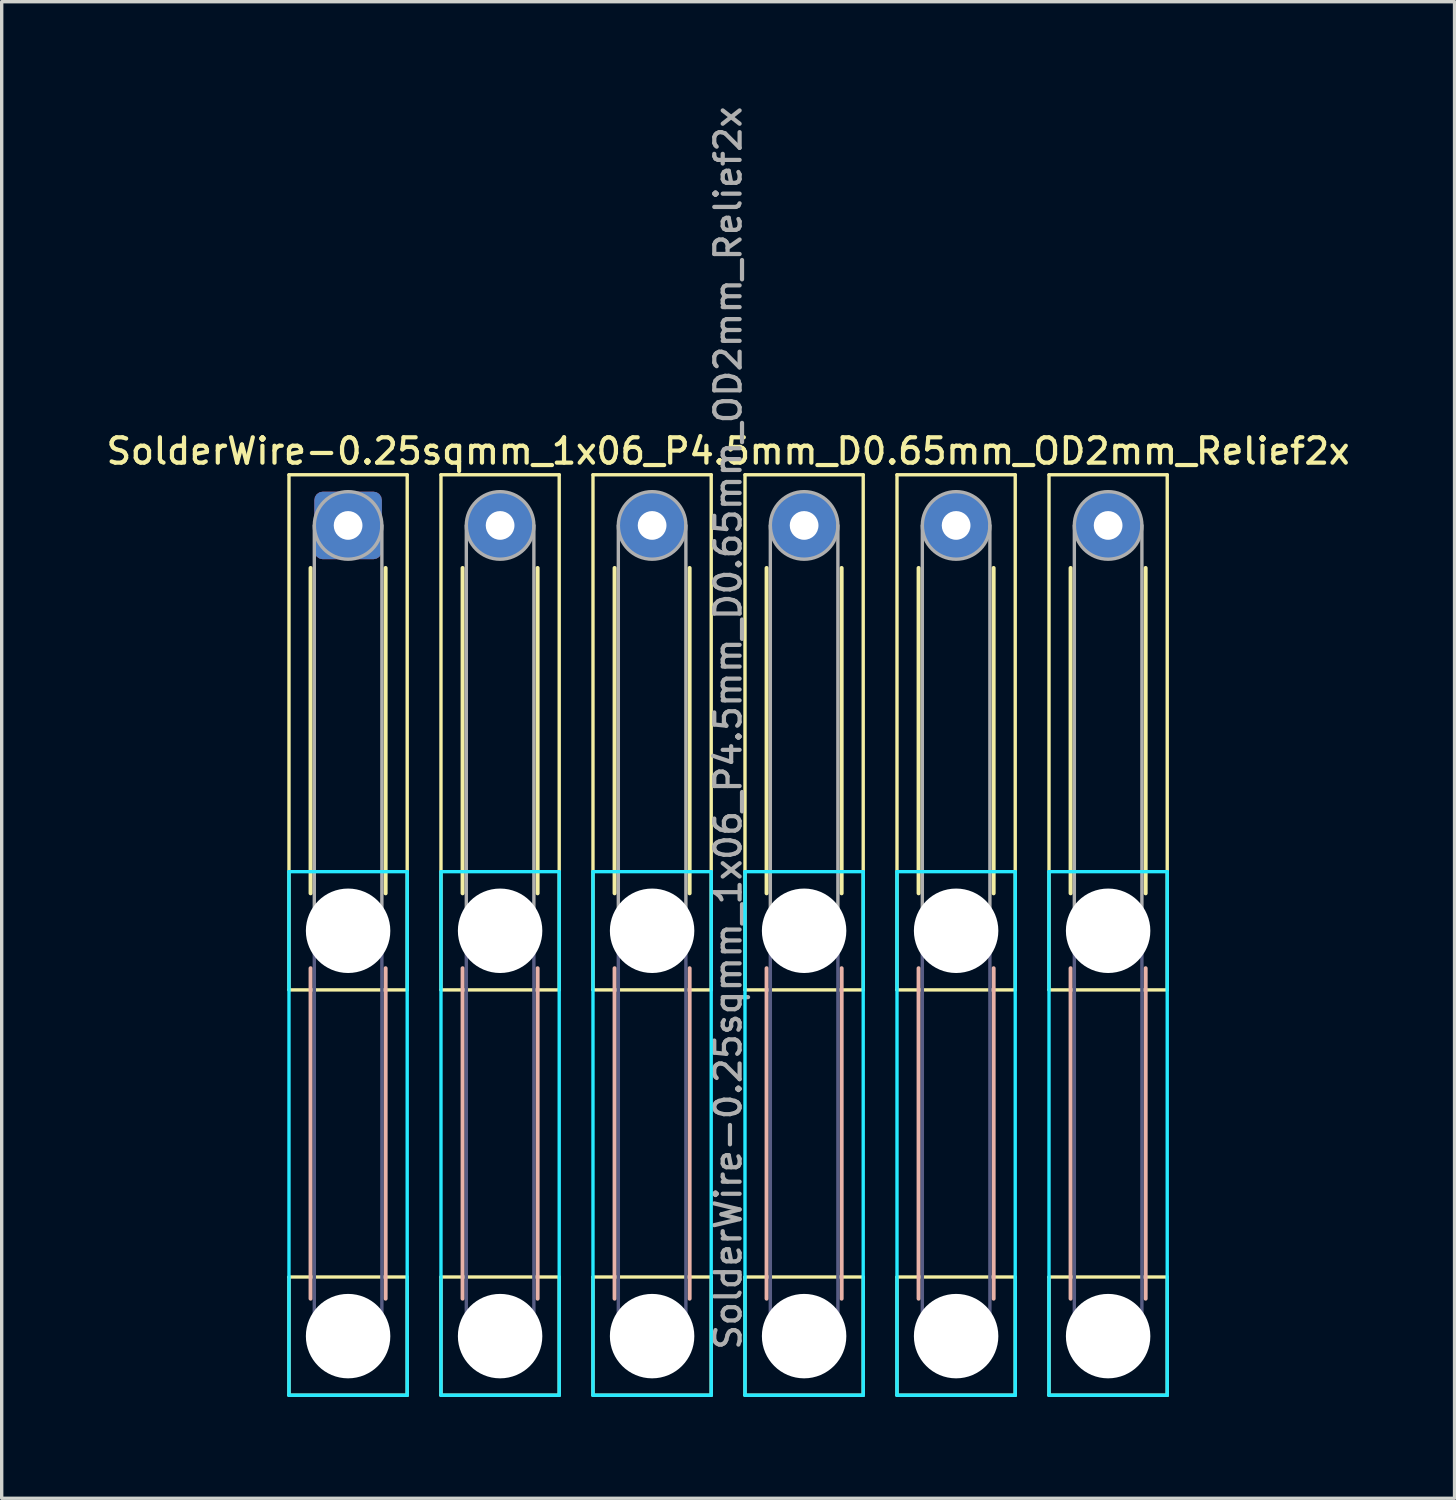
<source format=kicad_pcb>
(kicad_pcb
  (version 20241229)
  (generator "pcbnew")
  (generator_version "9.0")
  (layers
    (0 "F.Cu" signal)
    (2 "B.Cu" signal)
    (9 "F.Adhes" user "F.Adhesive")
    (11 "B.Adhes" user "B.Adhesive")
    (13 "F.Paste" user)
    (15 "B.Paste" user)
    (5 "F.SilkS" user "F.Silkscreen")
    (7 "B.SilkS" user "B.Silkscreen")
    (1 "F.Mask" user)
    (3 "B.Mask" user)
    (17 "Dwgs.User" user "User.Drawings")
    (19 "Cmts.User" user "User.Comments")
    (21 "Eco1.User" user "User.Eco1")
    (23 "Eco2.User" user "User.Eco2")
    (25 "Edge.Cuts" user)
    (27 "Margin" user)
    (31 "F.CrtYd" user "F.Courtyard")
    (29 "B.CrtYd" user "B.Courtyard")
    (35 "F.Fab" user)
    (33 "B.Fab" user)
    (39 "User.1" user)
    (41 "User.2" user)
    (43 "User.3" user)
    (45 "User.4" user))
  (footprint "SolderWire-0.25sqmm_1x06_P4.5mm_D0.65mm_OD2mm_Relief2x"
    (layer "F.Cu")
    (at 7.255 12.505)
    (property "Reference" "SolderWire-0.25sqmm_1x06_P4.5mm_D0.65mm_OD2mm_Relief2x" (at 11.25 -2.2 0) (layer "F.SilkS") (effects (font (size 0.75 0.75) (thickness 0.125))))
    (attr exclude_from_pos_files exclude_from_bom)
    (fp_line (start -1.75 -1.5) (end -1.75 13.75) (stroke (width 0.1) (type solid)) (layer "F.SilkS"))
    (fp_line (start -1.75 13.75) (end 1.75 13.75) (stroke (width 0.1) (type solid)) (layer "F.SilkS"))
    (fp_line (start -1.75 22.25) (end -1.75 25.75) (stroke (width 0.1) (type solid)) (layer "F.SilkS"))
    (fp_line (start -1.75 25.75) (end 1.75 25.75) (stroke (width 0.1) (type solid)) (layer "F.SilkS"))
    (fp_line (start -1.11 1.26) (end -1.11 10.89) (stroke (width 0.12) (type solid)) (layer "F.SilkS"))
    (fp_line (start 1.11 1.26) (end 1.11 10.89) (stroke (width 0.12) (type solid)) (layer "F.SilkS"))
    (fp_line (start 1.75 -1.5) (end -1.75 -1.5) (stroke (width 0.1) (type solid)) (layer "F.SilkS"))
    (fp_line (start 1.75 13.75) (end 1.75 -1.5) (stroke (width 0.1) (type solid)) (layer "F.SilkS"))
    (fp_line (start 1.75 22.25) (end -1.75 22.25) (stroke (width 0.1) (type solid)) (layer "F.SilkS"))
    (fp_line (start 1.75 25.75) (end 1.75 22.25) (stroke (width 0.1) (type solid)) (layer "F.SilkS"))
    (fp_line (start 2.75 -1.5) (end 2.75 13.75) (stroke (width 0.1) (type solid)) (layer "F.SilkS"))
    (fp_line (start 2.75 13.75) (end 6.25 13.75) (stroke (width 0.1) (type solid)) (layer "F.SilkS"))
    (fp_line (start 2.75 22.25) (end 2.75 25.75) (stroke (width 0.1) (type solid)) (layer "F.SilkS"))
    (fp_line (start 2.75 25.75) (end 6.25 25.75) (stroke (width 0.1) (type solid)) (layer "F.SilkS"))
    (fp_line (start 3.39 1.26) (end 3.39 10.89) (stroke (width 0.12) (type solid)) (layer "F.SilkS"))
    (fp_line (start 5.61 1.26) (end 5.61 10.89) (stroke (width 0.12) (type solid)) (layer "F.SilkS"))
    (fp_line (start 6.25 -1.5) (end 2.75 -1.5) (stroke (width 0.1) (type solid)) (layer "F.SilkS"))
    (fp_line (start 6.25 13.75) (end 6.25 -1.5) (stroke (width 0.1) (type solid)) (layer "F.SilkS"))
    (fp_line (start 6.25 22.25) (end 2.75 22.25) (stroke (width 0.1) (type solid)) (layer "F.SilkS"))
    (fp_line (start 6.25 25.75) (end 6.25 22.25) (stroke (width 0.1) (type solid)) (layer "F.SilkS"))
    (fp_line (start 7.25 -1.5) (end 7.25 13.75) (stroke (width 0.1) (type solid)) (layer "F.SilkS"))
    (fp_line (start 7.25 13.75) (end 10.75 13.75) (stroke (width 0.1) (type solid)) (layer "F.SilkS"))
    (fp_line (start 7.25 22.25) (end 7.25 25.75) (stroke (width 0.1) (type solid)) (layer "F.SilkS"))
    (fp_line (start 7.25 25.75) (end 10.75 25.75) (stroke (width 0.1) (type solid)) (layer "F.SilkS"))
    (fp_line (start 7.89 1.26) (end 7.89 10.89) (stroke (width 0.12) (type solid)) (layer "F.SilkS"))
    (fp_line (start 10.11 1.26) (end 10.11 10.89) (stroke (width 0.12) (type solid)) (layer "F.SilkS"))
    (fp_line (start 10.75 -1.5) (end 7.25 -1.5) (stroke (width 0.1) (type solid)) (layer "F.SilkS"))
    (fp_line (start 10.75 13.75) (end 10.75 -1.5) (stroke (width 0.1) (type solid)) (layer "F.SilkS"))
    (fp_line (start 10.75 22.25) (end 7.25 22.25) (stroke (width 0.1) (type solid)) (layer "F.SilkS"))
    (fp_line (start 10.75 25.75) (end 10.75 22.25) (stroke (width 0.1) (type solid)) (layer "F.SilkS"))
    (fp_line (start 11.75 -1.5) (end 11.75 13.75) (stroke (width 0.1) (type solid)) (layer "F.SilkS"))
    (fp_line (start 11.75 13.75) (end 15.25 13.75) (stroke (width 0.1) (type solid)) (layer "F.SilkS"))
    (fp_line (start 11.75 22.25) (end 11.75 25.75) (stroke (width 0.1) (type solid)) (layer "F.SilkS"))
    (fp_line (start 11.75 25.75) (end 15.25 25.75) (stroke (width 0.1) (type solid)) (layer "F.SilkS"))
    (fp_line (start 12.39 1.26) (end 12.39 10.89) (stroke (width 0.12) (type solid)) (layer "F.SilkS"))
    (fp_line (start 14.61 1.26) (end 14.61 10.89) (stroke (width 0.12) (type solid)) (layer "F.SilkS"))
    (fp_line (start 15.25 -1.5) (end 11.75 -1.5) (stroke (width 0.1) (type solid)) (layer "F.SilkS"))
    (fp_line (start 15.25 13.75) (end 15.25 -1.5) (stroke (width 0.1) (type solid)) (layer "F.SilkS"))
    (fp_line (start 15.25 22.25) (end 11.75 22.25) (stroke (width 0.1) (type solid)) (layer "F.SilkS"))
    (fp_line (start 15.25 25.75) (end 15.25 22.25) (stroke (width 0.1) (type solid)) (layer "F.SilkS"))
    (fp_line (start 16.25 -1.5) (end 16.25 13.75) (stroke (width 0.1) (type solid)) (layer "F.SilkS"))
    (fp_line (start 16.25 13.75) (end 19.75 13.75) (stroke (width 0.1) (type solid)) (layer "F.SilkS"))
    (fp_line (start 16.25 22.25) (end 16.25 25.75) (stroke (width 0.1) (type solid)) (layer "F.SilkS"))
    (fp_line (start 16.25 25.75) (end 19.75 25.75) (stroke (width 0.1) (type solid)) (layer "F.SilkS"))
    (fp_line (start 16.89 1.26) (end 16.89 10.89) (stroke (width 0.12) (type solid)) (layer "F.SilkS"))
    (fp_line (start 19.11 1.26) (end 19.11 10.89) (stroke (width 0.12) (type solid)) (layer "F.SilkS"))
    (fp_line (start 19.75 -1.5) (end 16.25 -1.5) (stroke (width 0.1) (type solid)) (layer "F.SilkS"))
    (fp_line (start 19.75 13.75) (end 19.75 -1.5) (stroke (width 0.1) (type solid)) (layer "F.SilkS"))
    (fp_line (start 19.75 22.25) (end 16.25 22.25) (stroke (width 0.1) (type solid)) (layer "F.SilkS"))
    (fp_line (start 19.75 25.75) (end 19.75 22.25) (stroke (width 0.1) (type solid)) (layer "F.SilkS"))
    (fp_line (start 20.75 -1.5) (end 20.75 13.75) (stroke (width 0.1) (type solid)) (layer "F.SilkS"))
    (fp_line (start 20.75 13.75) (end 24.25 13.75) (stroke (width 0.1) (type solid)) (layer "F.SilkS"))
    (fp_line (start 20.75 22.25) (end 20.75 25.75) (stroke (width 0.1) (type solid)) (layer "F.SilkS"))
    (fp_line (start 20.75 25.75) (end 24.25 25.75) (stroke (width 0.1) (type solid)) (layer "F.SilkS"))
    (fp_line (start 21.39 1.26) (end 21.39 10.89) (stroke (width 0.12) (type solid)) (layer "F.SilkS"))
    (fp_line (start 23.61 1.26) (end 23.61 10.89) (stroke (width 0.12) (type solid)) (layer "F.SilkS"))
    (fp_line (start 24.25 -1.5) (end 20.75 -1.5) (stroke (width 0.1) (type solid)) (layer "F.SilkS"))
    (fp_line (start 24.25 13.75) (end 24.25 -1.5) (stroke (width 0.1) (type solid)) (layer "F.SilkS"))
    (fp_line (start 24.25 22.25) (end 20.75 22.25) (stroke (width 0.1) (type solid)) (layer "F.SilkS"))
    (fp_line (start 24.25 25.75) (end 24.25 22.25) (stroke (width 0.1) (type solid)) (layer "F.SilkS"))
    (fp_line (start -1.11 13.11) (end -1.11 22.89) (stroke (width 0.12) (type solid)) (layer "B.SilkS"))
    (fp_line (start 1.11 13.11) (end 1.11 22.89) (stroke (width 0.12) (type solid)) (layer "B.SilkS"))
    (fp_line (start 3.39 13.11) (end 3.39 22.89) (stroke (width 0.12) (type solid)) (layer "B.SilkS"))
    (fp_line (start 5.61 13.11) (end 5.61 22.89) (stroke (width 0.12) (type solid)) (layer "B.SilkS"))
    (fp_line (start 7.89 13.11) (end 7.89 22.89) (stroke (width 0.12) (type solid)) (layer "B.SilkS"))
    (fp_line (start 10.11 13.11) (end 10.11 22.89) (stroke (width 0.12) (type solid)) (layer "B.SilkS"))
    (fp_line (start 12.39 13.11) (end 12.39 22.89) (stroke (width 0.12) (type solid)) (layer "B.SilkS"))
    (fp_line (start 14.61 13.11) (end 14.61 22.89) (stroke (width 0.12) (type solid)) (layer "B.SilkS"))
    (fp_line (start 16.89 13.11) (end 16.89 22.89) (stroke (width 0.12) (type solid)) (layer "B.SilkS"))
    (fp_line (start 19.11 13.11) (end 19.11 22.89) (stroke (width 0.12) (type solid)) (layer "B.SilkS"))
    (fp_line (start 21.39 13.11) (end 21.39 22.89) (stroke (width 0.12) (type solid)) (layer "B.SilkS"))
    (fp_line (start 23.61 13.11) (end 23.61 22.89) (stroke (width 0.12) (type solid)) (layer "B.SilkS"))
    (fp_line (start -1.75 10.25) (end -1.75 25.75) (stroke (width 0.1) (type solid)) (layer "B.CrtYd"))
    (fp_line (start -1.75 25.75) (end 1.75 25.75) (stroke (width 0.1) (type solid)) (layer "B.CrtYd"))
    (fp_line (start 1.75 10.25) (end -1.75 10.25) (stroke (width 0.1) (type solid)) (layer "B.CrtYd"))
    (fp_line (start 1.75 25.75) (end 1.75 10.25) (stroke (width 0.1) (type solid)) (layer "B.CrtYd"))
    (fp_line (start 2.75 10.25) (end 2.75 25.75) (stroke (width 0.1) (type solid)) (layer "B.CrtYd"))
    (fp_line (start 2.75 25.75) (end 6.25 25.75) (stroke (width 0.1) (type solid)) (layer "B.CrtYd"))
    (fp_line (start 6.25 10.25) (end 2.75 10.25) (stroke (width 0.1) (type solid)) (layer "B.CrtYd"))
    (fp_line (start 6.25 25.75) (end 6.25 10.25) (stroke (width 0.1) (type solid)) (layer "B.CrtYd"))
    (fp_line (start 7.25 10.25) (end 7.25 25.75) (stroke (width 0.1) (type solid)) (layer "B.CrtYd"))
    (fp_line (start 7.25 25.75) (end 10.75 25.75) (stroke (width 0.1) (type solid)) (layer "B.CrtYd"))
    (fp_line (start 10.75 10.25) (end 7.25 10.25) (stroke (width 0.1) (type solid)) (layer "B.CrtYd"))
    (fp_line (start 10.75 25.75) (end 10.75 10.25) (stroke (width 0.1) (type solid)) (layer "B.CrtYd"))
    (fp_line (start 11.75 10.25) (end 11.75 25.75) (stroke (width 0.1) (type solid)) (layer "B.CrtYd"))
    (fp_line (start 11.75 25.75) (end 15.25 25.75) (stroke (width 0.1) (type solid)) (layer "B.CrtYd"))
    (fp_line (start 15.25 10.25) (end 11.75 10.25) (stroke (width 0.1) (type solid)) (layer "B.CrtYd"))
    (fp_line (start 15.25 25.75) (end 15.25 10.25) (stroke (width 0.1) (type solid)) (layer "B.CrtYd"))
    (fp_line (start 16.25 10.25) (end 16.25 25.75) (stroke (width 0.1) (type solid)) (layer "B.CrtYd"))
    (fp_line (start 16.25 25.75) (end 19.75 25.75) (stroke (width 0.1) (type solid)) (layer "B.CrtYd"))
    (fp_line (start 19.75 10.25) (end 16.25 10.25) (stroke (width 0.1) (type solid)) (layer "B.CrtYd"))
    (fp_line (start 19.75 25.75) (end 19.75 10.25) (stroke (width 0.1) (type solid)) (layer "B.CrtYd"))
    (fp_line (start 20.75 10.25) (end 20.75 25.75) (stroke (width 0.1) (type solid)) (layer "B.CrtYd"))
    (fp_line (start 20.75 25.75) (end 24.25 25.75) (stroke (width 0.1) (type solid)) (layer "B.CrtYd"))
    (fp_line (start 24.25 10.25) (end 20.75 10.25) (stroke (width 0.1) (type solid)) (layer "B.CrtYd"))
    (fp_line (start 24.25 25.75) (end 24.25 10.25) (stroke (width 0.1) (type solid)) (layer "B.CrtYd"))
    (fp_line (start -1 12) (end -1 24) (stroke (width 0.1) (type solid)) (layer "B.Fab"))
    (fp_line (start 1 12) (end 1 24) (stroke (width 0.1) (type solid)) (layer "B.Fab"))
    (fp_line (start 3.5 12) (end 3.5 24) (stroke (width 0.1) (type solid)) (layer "B.Fab"))
    (fp_line (start 5.5 12) (end 5.5 24) (stroke (width 0.1) (type solid)) (layer "B.Fab"))
    (fp_line (start 8 12) (end 8 24) (stroke (width 0.1) (type solid)) (layer "B.Fab"))
    (fp_line (start 10 12) (end 10 24) (stroke (width 0.1) (type solid)) (layer "B.Fab"))
    (fp_line (start 12.5 12) (end 12.5 24) (stroke (width 0.1) (type solid)) (layer "B.Fab"))
    (fp_line (start 14.5 12) (end 14.5 24) (stroke (width 0.1) (type solid)) (layer "B.Fab"))
    (fp_line (start 17 12) (end 17 24) (stroke (width 0.1) (type solid)) (layer "B.Fab"))
    (fp_line (start 19 12) (end 19 24) (stroke (width 0.1) (type solid)) (layer "B.Fab"))
    (fp_line (start 21.5 12) (end 21.5 24) (stroke (width 0.1) (type solid)) (layer "B.Fab"))
    (fp_line (start 23.5 12) (end 23.5 24) (stroke (width 0.1) (type solid)) (layer "B.Fab"))
    (fp_circle (center 0 12) (end 1 12) (stroke (width 0.1) (type solid)) (fill no) (layer "B.Fab"))
    (fp_circle (center 0 24) (end 1 24) (stroke (width 0.1) (type solid)) (fill no) (layer "B.Fab"))
    (fp_circle (center 4.5 12) (end 5.5 12) (stroke (width 0.1) (type solid)) (fill no) (layer "B.Fab"))
    (fp_circle (center 4.5 24) (end 5.5 24) (stroke (width 0.1) (type solid)) (fill no) (layer "B.Fab"))
    (fp_circle (center 9 12) (end 10 12) (stroke (width 0.1) (type solid)) (fill no) (layer "B.Fab"))
    (fp_circle (center 9 24) (end 10 24) (stroke (width 0.1) (type solid)) (fill no) (layer "B.Fab"))
    (fp_circle (center 13.5 12) (end 14.5 12) (stroke (width 0.1) (type solid)) (fill no) (layer "B.Fab"))
    (fp_circle (center 13.5 24) (end 14.5 24) (stroke (width 0.1) (type solid)) (fill no) (layer "B.Fab"))
    (fp_circle (center 18 12) (end 19 12) (stroke (width 0.1) (type solid)) (fill no) (layer "B.Fab"))
    (fp_circle (center 18 24) (end 19 24) (stroke (width 0.1) (type solid)) (fill no) (layer "B.Fab"))
    (fp_circle (center 22.5 12) (end 23.5 12) (stroke (width 0.1) (type solid)) (fill no) (layer "B.Fab"))
    (fp_circle (center 22.5 24) (end 23.5 24) (stroke (width 0.1) (type solid)) (fill no) (layer "B.Fab"))
    (fp_line (start -1 0) (end -1 12) (stroke (width 0.1) (type solid)) (layer "F.Fab"))
    (fp_line (start 1 0) (end 1 12) (stroke (width 0.1) (type solid)) (layer "F.Fab"))
    (fp_line (start 3.5 0) (end 3.5 12) (stroke (width 0.1) (type solid)) (layer "F.Fab"))
    (fp_line (start 5.5 0) (end 5.5 12) (stroke (width 0.1) (type solid)) (layer "F.Fab"))
    (fp_line (start 8 0) (end 8 12) (stroke (width 0.1) (type solid)) (layer "F.Fab"))
    (fp_line (start 10 0) (end 10 12) (stroke (width 0.1) (type solid)) (layer "F.Fab"))
    (fp_line (start 12.5 0) (end 12.5 12) (stroke (width 0.1) (type solid)) (layer "F.Fab"))
    (fp_line (start 14.5 0) (end 14.5 12) (stroke (width 0.1) (type solid)) (layer "F.Fab"))
    (fp_line (start 17 0) (end 17 12) (stroke (width 0.1) (type solid)) (layer "F.Fab"))
    (fp_line (start 19 0) (end 19 12) (stroke (width 0.1) (type solid)) (layer "F.Fab"))
    (fp_line (start 21.5 0) (end 21.5 12) (stroke (width 0.1) (type solid)) (layer "F.Fab"))
    (fp_line (start 23.5 0) (end 23.5 12) (stroke (width 0.1) (type solid)) (layer "F.Fab"))
    (fp_circle (center 0 0) (end 1 0) (stroke (width 0.1) (type solid)) (fill no) (layer "F.Fab"))
    (fp_circle (center 0 12) (end 1 12) (stroke (width 0.1) (type solid)) (fill no) (layer "F.Fab"))
    (fp_circle (center 0 24) (end 1 24) (stroke (width 0.1) (type solid)) (fill no) (layer "F.Fab"))
    (fp_circle (center 4.5 0) (end 5.5 0) (stroke (width 0.1) (type solid)) (fill no) (layer "F.Fab"))
    (fp_circle (center 4.5 12) (end 5.5 12) (stroke (width 0.1) (type solid)) (fill no) (layer "F.Fab"))
    (fp_circle (center 4.5 24) (end 5.5 24) (stroke (width 0.1) (type solid)) (fill no) (layer "F.Fab"))
    (fp_circle (center 9 0) (end 10 0) (stroke (width 0.1) (type solid)) (fill no) (layer "F.Fab"))
    (fp_circle (center 9 12) (end 10 12) (stroke (width 0.1) (type solid)) (fill no) (layer "F.Fab"))
    (fp_circle (center 9 24) (end 10 24) (stroke (width 0.1) (type solid)) (fill no) (layer "F.Fab"))
    (fp_circle (center 13.5 0) (end 14.5 0) (stroke (width 0.1) (type solid)) (fill no) (layer "F.Fab"))
    (fp_circle (center 13.5 12) (end 14.5 12) (stroke (width 0.1) (type solid)) (fill no) (layer "F.Fab"))
    (fp_circle (center 13.5 24) (end 14.5 24) (stroke (width 0.1) (type solid)) (fill no) (layer "F.Fab"))
    (fp_circle (center 18 0) (end 19 0) (stroke (width 0.1) (type solid)) (fill no) (layer "F.Fab"))
    (fp_circle (center 18 12) (end 19 12) (stroke (width 0.1) (type solid)) (fill no) (layer "F.Fab"))
    (fp_circle (center 18 24) (end 19 24) (stroke (width 0.1) (type solid)) (fill no) (layer "F.Fab"))
    (fp_circle (center 22.5 0) (end 23.5 0) (stroke (width 0.1) (type solid)) (fill no) (layer "F.Fab"))
    (fp_circle (center 22.5 12) (end 23.5 12) (stroke (width 0.1) (type solid)) (fill no) (layer "F.Fab"))
    (fp_circle (center 22.5 24) (end 23.5 24) (stroke (width 0.1) (type solid)) (fill no) (layer "F.Fab"))
    (fp_text user "${REFERENCE}" (at 11.25 6 90) (layer "F.Fab") (effects (font (size 0.75 0.75) (thickness 0.125))))
    (pad "" np_thru_hole circle (at 0 12) (size 2.5 2.5) (drill 2.5) (layers "*.Cu" "*.Mask"))
    (pad "" np_thru_hole circle (at 0 24) (size 2.5 2.5) (drill 2.5) (layers "*.Cu" "*.Mask"))
    (pad "" np_thru_hole circle (at 4.5 12) (size 2.5 2.5) (drill 2.5) (layers "*.Cu" "*.Mask"))
    (pad "" np_thru_hole circle (at 4.5 24) (size 2.5 2.5) (drill 2.5) (layers "*.Cu" "*.Mask"))
    (pad "" np_thru_hole circle (at 9 12) (size 2.5 2.5) (drill 2.5) (layers "*.Cu" "*.Mask"))
    (pad "" np_thru_hole circle (at 9 24) (size 2.5 2.5) (drill 2.5) (layers "*.Cu" "*.Mask"))
    (pad "" np_thru_hole circle (at 13.5 12) (size 2.5 2.5) (drill 2.5) (layers "*.Cu" "*.Mask"))
    (pad "" np_thru_hole circle (at 13.5 24) (size 2.5 2.5) (drill 2.5) (layers "*.Cu" "*.Mask"))
    (pad "" np_thru_hole circle (at 18 12) (size 2.5 2.5) (drill 2.5) (layers "*.Cu" "*.Mask"))
    (pad "" np_thru_hole circle (at 18 24) (size 2.5 2.5) (drill 2.5) (layers "*.Cu" "*.Mask"))
    (pad "" np_thru_hole circle (at 22.5 12) (size 2.5 2.5) (drill 2.5) (layers "*.Cu" "*.Mask"))
    (pad "" np_thru_hole circle (at 22.5 24) (size 2.5 2.5) (drill 2.5) (layers "*.Cu" "*.Mask"))
    (pad "1" thru_hole roundrect (at 0 0) (size 2 2) (drill 0.85) (layers "*.Cu" "*.Mask") (roundrect_rratio 0.125))
    (pad "2" thru_hole circle (at 4.5 0) (size 2 2) (drill 0.85) (layers "*.Cu" "*.Mask"))
    (pad "3" thru_hole circle (at 9 0) (size 2 2) (drill 0.85) (layers "*.Cu" "*.Mask"))
    (pad "4" thru_hole circle (at 13.5 0) (size 2 2) (drill 0.85) (layers "*.Cu" "*.Mask"))
    (pad "5" thru_hole circle (at 18 0) (size 2 2) (drill 0.85) (layers "*.Cu" "*.Mask"))
    (pad "6" thru_hole circle (at 22.5 0) (size 2 2) (drill 0.85) (layers "*.Cu" "*.Mask")))
  (gr_rect
    (start -3 -3)
    (end 40.011 41.305)
    (stroke (width 0.1) (type default))
    (fill no)
    (layer "Edge.Cuts")))
</source>
